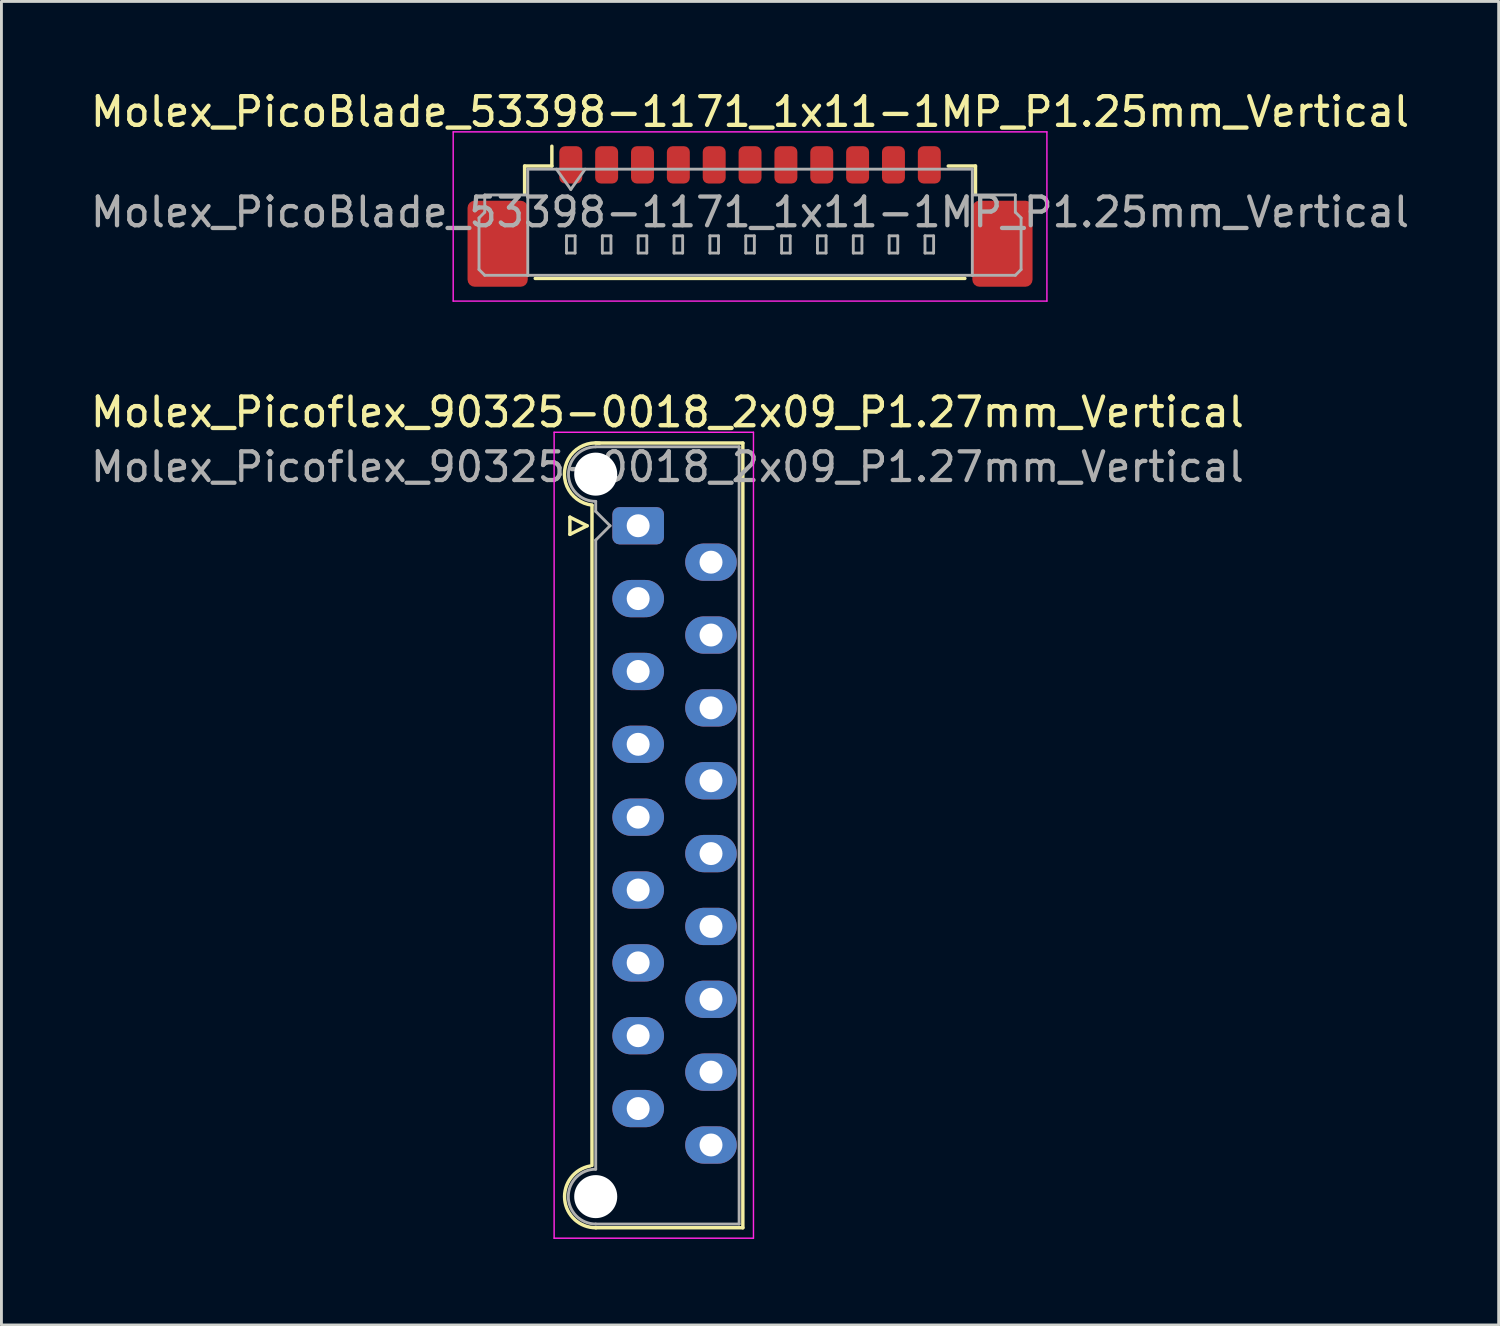
<source format=kicad_pcb>
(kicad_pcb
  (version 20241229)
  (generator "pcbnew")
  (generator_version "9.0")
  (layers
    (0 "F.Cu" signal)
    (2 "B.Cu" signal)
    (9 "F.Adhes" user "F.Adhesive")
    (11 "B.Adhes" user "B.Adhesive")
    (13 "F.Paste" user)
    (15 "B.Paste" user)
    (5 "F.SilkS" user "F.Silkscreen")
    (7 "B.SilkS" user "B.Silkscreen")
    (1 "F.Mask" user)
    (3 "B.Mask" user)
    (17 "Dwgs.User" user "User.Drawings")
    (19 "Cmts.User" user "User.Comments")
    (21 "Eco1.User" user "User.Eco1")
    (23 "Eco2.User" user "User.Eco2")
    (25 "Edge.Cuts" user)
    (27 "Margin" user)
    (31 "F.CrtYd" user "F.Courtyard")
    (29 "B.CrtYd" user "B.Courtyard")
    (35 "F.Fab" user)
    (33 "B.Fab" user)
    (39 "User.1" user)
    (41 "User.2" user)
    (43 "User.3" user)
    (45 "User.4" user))
  (footprint "Molex_PicoBlade_53398-1171_1x11-1MP_P1.25mm_Vertical"
    (layer "F.Cu")
    (at 23.101 3.948)
    (property "Reference" "Molex_PicoBlade_53398-1171_1x11-1MP_P1.25mm_Vertical" (at 0 -3.1 0) (layer "F.SilkS") (effects (font (size 1 1) (thickness 0.15))))
    (attr smd)
    (fp_line (start -7.86 -1.21) (end -6.91 -1.21) (stroke (width 0.12) (type solid)) (layer "F.SilkS"))
    (fp_line (start -7.86 -0.26) (end -7.86 -1.21) (stroke (width 0.12) (type solid)) (layer "F.SilkS"))
    (fp_line (start -7.49 2.71) (end 7.49 2.71) (stroke (width 0.12) (type solid)) (layer "F.SilkS"))
    (fp_line (start -6.91 -1.21) (end -6.91 -1.9) (stroke (width 0.12) (type solid)) (layer "F.SilkS"))
    (fp_line (start 7.86 -1.21) (end 6.91 -1.21) (stroke (width 0.12) (type solid)) (layer "F.SilkS"))
    (fp_line (start 7.86 -0.26) (end 7.86 -1.21) (stroke (width 0.12) (type solid)) (layer "F.SilkS"))
    (fp_line (start -10.35 -2.4) (end -10.35 3.5) (stroke (width 0.05) (type solid)) (layer "F.CrtYd"))
    (fp_line (start -10.35 3.5) (end 10.35 3.5) (stroke (width 0.05) (type solid)) (layer "F.CrtYd"))
    (fp_line (start 10.35 -2.4) (end -10.35 -2.4) (stroke (width 0.05) (type solid)) (layer "F.CrtYd"))
    (fp_line (start 10.35 3.5) (end 10.35 -2.4) (stroke (width 0.05) (type solid)) (layer "F.CrtYd"))
    (fp_line (start -9.45 0.6) (end -9.25 0.4) (stroke (width 0.1) (type solid)) (layer "F.Fab"))
    (fp_line (start -9.45 2.4) (end -9.45 0.6) (stroke (width 0.1) (type solid)) (layer "F.Fab"))
    (fp_line (start -9.25 -0.2) (end -7.75 -0.2) (stroke (width 0.1) (type solid)) (layer "F.Fab"))
    (fp_line (start -9.25 0.4) (end -9.25 -0.2) (stroke (width 0.1) (type solid)) (layer "F.Fab"))
    (fp_line (start -9.25 2.6) (end -9.45 2.4) (stroke (width 0.1) (type solid)) (layer "F.Fab"))
    (fp_line (start -7.75 -1.1) (end -7.75 2.6) (stroke (width 0.1) (type solid)) (layer "F.Fab"))
    (fp_line (start -7.75 -1.1) (end 7.75 -1.1) (stroke (width 0.1) (type solid)) (layer "F.Fab"))
    (fp_line (start -7.75 2.6) (end -9.25 2.6) (stroke (width 0.1) (type solid)) (layer "F.Fab"))
    (fp_line (start -7.75 2.6) (end 7.75 2.6) (stroke (width 0.1) (type solid)) (layer "F.Fab"))
    (fp_line (start -6.75 -1.1) (end -6.25 -0.393) (stroke (width 0.1) (type solid)) (layer "F.Fab"))
    (fp_line (start -6.4 1.225) (end -6.4 1.825) (stroke (width 0.1) (type solid)) (layer "F.Fab"))
    (fp_line (start -6.4 1.825) (end -6.1 1.825) (stroke (width 0.1) (type solid)) (layer "F.Fab"))
    (fp_line (start -6.25 -0.393) (end -5.75 -1.1) (stroke (width 0.1) (type solid)) (layer "F.Fab"))
    (fp_line (start -6.1 1.225) (end -6.4 1.225) (stroke (width 0.1) (type solid)) (layer "F.Fab"))
    (fp_line (start -6.1 1.825) (end -6.1 1.225) (stroke (width 0.1) (type solid)) (layer "F.Fab"))
    (fp_line (start -5.15 1.225) (end -5.15 1.825) (stroke (width 0.1) (type solid)) (layer "F.Fab"))
    (fp_line (start -5.15 1.825) (end -4.85 1.825) (stroke (width 0.1) (type solid)) (layer "F.Fab"))
    (fp_line (start -4.85 1.225) (end -5.15 1.225) (stroke (width 0.1) (type solid)) (layer "F.Fab"))
    (fp_line (start -4.85 1.825) (end -4.85 1.225) (stroke (width 0.1) (type solid)) (layer "F.Fab"))
    (fp_line (start -3.9 1.225) (end -3.9 1.825) (stroke (width 0.1) (type solid)) (layer "F.Fab"))
    (fp_line (start -3.9 1.825) (end -3.6 1.825) (stroke (width 0.1) (type solid)) (layer "F.Fab"))
    (fp_line (start -3.6 1.225) (end -3.9 1.225) (stroke (width 0.1) (type solid)) (layer "F.Fab"))
    (fp_line (start -3.6 1.825) (end -3.6 1.225) (stroke (width 0.1) (type solid)) (layer "F.Fab"))
    (fp_line (start -2.65 1.225) (end -2.65 1.825) (stroke (width 0.1) (type solid)) (layer "F.Fab"))
    (fp_line (start -2.65 1.825) (end -2.35 1.825) (stroke (width 0.1) (type solid)) (layer "F.Fab"))
    (fp_line (start -2.35 1.225) (end -2.65 1.225) (stroke (width 0.1) (type solid)) (layer "F.Fab"))
    (fp_line (start -2.35 1.825) (end -2.35 1.225) (stroke (width 0.1) (type solid)) (layer "F.Fab"))
    (fp_line (start -1.4 1.225) (end -1.4 1.825) (stroke (width 0.1) (type solid)) (layer "F.Fab"))
    (fp_line (start -1.4 1.825) (end -1.1 1.825) (stroke (width 0.1) (type solid)) (layer "F.Fab"))
    (fp_line (start -1.1 1.225) (end -1.4 1.225) (stroke (width 0.1) (type solid)) (layer "F.Fab"))
    (fp_line (start -1.1 1.825) (end -1.1 1.225) (stroke (width 0.1) (type solid)) (layer "F.Fab"))
    (fp_line (start -0.15 1.225) (end -0.15 1.825) (stroke (width 0.1) (type solid)) (layer "F.Fab"))
    (fp_line (start -0.15 1.825) (end 0.15 1.825) (stroke (width 0.1) (type solid)) (layer "F.Fab"))
    (fp_line (start 0.15 1.225) (end -0.15 1.225) (stroke (width 0.1) (type solid)) (layer "F.Fab"))
    (fp_line (start 0.15 1.825) (end 0.15 1.225) (stroke (width 0.1) (type solid)) (layer "F.Fab"))
    (fp_line (start 1.1 1.225) (end 1.1 1.825) (stroke (width 0.1) (type solid)) (layer "F.Fab"))
    (fp_line (start 1.1 1.825) (end 1.4 1.825) (stroke (width 0.1) (type solid)) (layer "F.Fab"))
    (fp_line (start 1.4 1.225) (end 1.1 1.225) (stroke (width 0.1) (type solid)) (layer "F.Fab"))
    (fp_line (start 1.4 1.825) (end 1.4 1.225) (stroke (width 0.1) (type solid)) (layer "F.Fab"))
    (fp_line (start 2.35 1.225) (end 2.35 1.825) (stroke (width 0.1) (type solid)) (layer "F.Fab"))
    (fp_line (start 2.35 1.825) (end 2.65 1.825) (stroke (width 0.1) (type solid)) (layer "F.Fab"))
    (fp_line (start 2.65 1.225) (end 2.35 1.225) (stroke (width 0.1) (type solid)) (layer "F.Fab"))
    (fp_line (start 2.65 1.825) (end 2.65 1.225) (stroke (width 0.1) (type solid)) (layer "F.Fab"))
    (fp_line (start 3.6 1.225) (end 3.6 1.825) (stroke (width 0.1) (type solid)) (layer "F.Fab"))
    (fp_line (start 3.6 1.825) (end 3.9 1.825) (stroke (width 0.1) (type solid)) (layer "F.Fab"))
    (fp_line (start 3.9 1.225) (end 3.6 1.225) (stroke (width 0.1) (type solid)) (layer "F.Fab"))
    (fp_line (start 3.9 1.825) (end 3.9 1.225) (stroke (width 0.1) (type solid)) (layer "F.Fab"))
    (fp_line (start 4.85 1.225) (end 4.85 1.825) (stroke (width 0.1) (type solid)) (layer "F.Fab"))
    (fp_line (start 4.85 1.825) (end 5.15 1.825) (stroke (width 0.1) (type solid)) (layer "F.Fab"))
    (fp_line (start 5.15 1.225) (end 4.85 1.225) (stroke (width 0.1) (type solid)) (layer "F.Fab"))
    (fp_line (start 5.15 1.825) (end 5.15 1.225) (stroke (width 0.1) (type solid)) (layer "F.Fab"))
    (fp_line (start 6.1 1.225) (end 6.1 1.825) (stroke (width 0.1) (type solid)) (layer "F.Fab"))
    (fp_line (start 6.1 1.825) (end 6.4 1.825) (stroke (width 0.1) (type solid)) (layer "F.Fab"))
    (fp_line (start 6.4 1.225) (end 6.1 1.225) (stroke (width 0.1) (type solid)) (layer "F.Fab"))
    (fp_line (start 6.4 1.825) (end 6.4 1.225) (stroke (width 0.1) (type solid)) (layer "F.Fab"))
    (fp_line (start 7.75 -1.1) (end 7.75 2.6) (stroke (width 0.1) (type solid)) (layer "F.Fab"))
    (fp_line (start 7.75 2.6) (end 9.25 2.6) (stroke (width 0.1) (type solid)) (layer "F.Fab"))
    (fp_line (start 9.25 -0.2) (end 7.75 -0.2) (stroke (width 0.1) (type solid)) (layer "F.Fab"))
    (fp_line (start 9.25 0.4) (end 9.25 -0.2) (stroke (width 0.1) (type solid)) (layer "F.Fab"))
    (fp_line (start 9.25 2.6) (end 9.45 2.4) (stroke (width 0.1) (type solid)) (layer "F.Fab"))
    (fp_line (start 9.45 0.6) (end 9.25 0.4) (stroke (width 0.1) (type solid)) (layer "F.Fab"))
    (fp_line (start 9.45 2.4) (end 9.45 0.6) (stroke (width 0.1) (type solid)) (layer "F.Fab"))
    (fp_text user "${REFERENCE}" (at 0 0.4 0) (layer "F.Fab") (effects (font (size 1 1) (thickness 0.15))))
    (pad "1" smd roundrect (at -6.25 -1.25) (size 0.8 1.3) (layers "F.Cu" "F.Mask" "F.Paste") (roundrect_rratio 0.25))
    (pad "2" smd roundrect (at -5 -1.25) (size 0.8 1.3) (layers "F.Cu" "F.Mask" "F.Paste") (roundrect_rratio 0.25))
    (pad "3" smd roundrect (at -3.75 -1.25) (size 0.8 1.3) (layers "F.Cu" "F.Mask" "F.Paste") (roundrect_rratio 0.25))
    (pad "4" smd roundrect (at -2.5 -1.25) (size 0.8 1.3) (layers "F.Cu" "F.Mask" "F.Paste") (roundrect_rratio 0.25))
    (pad "5" smd roundrect (at -1.25 -1.25) (size 0.8 1.3) (layers "F.Cu" "F.Mask" "F.Paste") (roundrect_rratio 0.25))
    (pad "6" smd roundrect (at 0 -1.25) (size 0.8 1.3) (layers "F.Cu" "F.Mask" "F.Paste") (roundrect_rratio 0.25))
    (pad "7" smd roundrect (at 1.25 -1.25) (size 0.8 1.3) (layers "F.Cu" "F.Mask" "F.Paste") (roundrect_rratio 0.25))
    (pad "8" smd roundrect (at 2.5 -1.25) (size 0.8 1.3) (layers "F.Cu" "F.Mask" "F.Paste") (roundrect_rratio 0.25))
    (pad "9" smd roundrect (at 3.75 -1.25) (size 0.8 1.3) (layers "F.Cu" "F.Mask" "F.Paste") (roundrect_rratio 0.25))
    (pad "10" smd roundrect (at 5 -1.25) (size 0.8 1.3) (layers "F.Cu" "F.Mask" "F.Paste") (roundrect_rratio 0.25))
    (pad "11" smd roundrect (at 6.25 -1.25) (size 0.8 1.3) (layers "F.Cu" "F.Mask" "F.Paste") (roundrect_rratio 0.25))
    (pad "MP" smd roundrect (at -8.8 1.5) (size 2.1 3) (layers "F.Cu" "F.Mask" "F.Paste") (roundrect_rratio 0.119))
    (pad "MP" smd roundrect (at 8.8 1.5) (size 2.1 3) (layers "F.Cu" "F.Mask" "F.Paste") (roundrect_rratio 0.119)))
  (footprint "Molex_Picoflex_90325-0018_2x09_P1.27mm_Vertical"
    (layer "F.Cu")
    (at 19.2 15.281)
    (property "Reference" "Molex_Picoflex_90325-0018_2x09_P1.27mm_Vertical" (at 1.02 -3.96 0) (layer "F.SilkS") (effects (font (size 1 1) (thickness 0.15))))
    (attr through_hole)
    (fp_line (start -2.38 -0.3) (end -2.38 0.3) (stroke (width 0.12) (type solid)) (layer "F.SilkS"))
    (fp_line (start -2.38 0.3) (end -1.78 0) (stroke (width 0.12) (type solid)) (layer "F.SilkS"))
    (fp_line (start -1.78 0) (end -2.38 -0.3) (stroke (width 0.12) (type solid)) (layer "F.SilkS"))
    (fp_line (start -1.61 -0.715) (end -1.61 22.305) (stroke (width 0.12) (type solid)) (layer "F.SilkS"))
    (fp_line (start -1.48 -2.885) (end 3.65 -2.885) (stroke (width 0.12) (type solid)) (layer "F.SilkS"))
    (fp_line (start 3.65 -2.885) (end 3.65 24.475) (stroke (width 0.12) (type solid)) (layer "F.SilkS"))
    (fp_line (start 3.65 24.475) (end -1.48 24.475) (stroke (width 0.12) (type solid)) (layer "F.SilkS"))
    (fp_arc (start -1.61 -0.72) (mid -2.56 -1.93) (end -1.35 -2.88) (stroke (width 0.12) (type solid)) (layer "F.SilkS"))
    (fp_arc (start -1.47 24.475) (mid -2.56 23.494526) (end -1.678256 22.32322) (stroke (width 0.12) (type solid)) (layer "F.SilkS"))
    (fp_line (start -2.93 -3.26) (end -2.93 24.84) (stroke (width 0.05) (type solid)) (layer "F.CrtYd"))
    (fp_line (start -2.93 24.84) (end 4.02 24.84) (stroke (width 0.05) (type solid)) (layer "F.CrtYd"))
    (fp_line (start 4.02 -3.26) (end -2.93 -3.26) (stroke (width 0.05) (type solid)) (layer "F.CrtYd"))
    (fp_line (start 4.02 24.84) (end 4.02 -3.26) (stroke (width 0.05) (type solid)) (layer "F.CrtYd"))
    (fp_line (start -1.48 -2.755) (end 3.52 -2.755) (stroke (width 0.1) (type solid)) (layer "F.Fab"))
    (fp_line (start -1.48 -0.845) (end -1.48 -0.5) (stroke (width 0.1) (type solid)) (layer "F.Fab"))
    (fp_line (start -1.48 -0.5) (end -0.98 0) (stroke (width 0.1) (type solid)) (layer "F.Fab"))
    (fp_line (start -1.48 0.5) (end -1.48 22.435) (stroke (width 0.1) (type solid)) (layer "F.Fab"))
    (fp_line (start -0.98 0) (end -1.48 0.5) (stroke (width 0.1) (type solid)) (layer "F.Fab"))
    (fp_line (start 3.52 -2.755) (end 3.52 24.345) (stroke (width 0.1) (type solid)) (layer "F.Fab"))
    (fp_line (start 3.52 24.345) (end -1.48 24.345) (stroke (width 0.1) (type solid)) (layer "F.Fab"))
    (fp_arc (start -1.48 -0.85) (mid -2.43 -1.8) (end -1.48 -2.75) (stroke (width 0.1) (type solid)) (layer "F.Fab"))
    (fp_arc (start -1.48 24.345) (mid -2.435 23.39) (end -1.48 22.435) (stroke (width 0.1) (type solid)) (layer "F.Fab"))
    (fp_text user "${REFERENCE}" (at 1.02 -2.05 0) (layer "F.Fab") (effects (font (size 1 1) (thickness 0.15))))
    (pad "" np_thru_hole circle (at -1.48 -1.8) (size 1.5 1.5) (drill 1.5) (layers "*.Cu" "*.Mask"))
    (pad "" np_thru_hole circle (at -1.48 23.39) (size 1.5 1.5) (drill 1.5) (layers "*.Cu" "*.Mask"))
    (pad "1" thru_hole roundrect (at 0 0) (size 1.8 1.3) (drill 0.8) (layers "*.Cu" "*.Mask") (roundrect_rratio 0.192))
    (pad "2" thru_hole oval (at 2.54 1.27) (size 1.8 1.3) (drill 0.8) (layers "*.Cu" "*.Mask"))
    (pad "3" thru_hole oval (at 0 2.54) (size 1.8 1.3) (drill 0.8) (layers "*.Cu" "*.Mask"))
    (pad "4" thru_hole oval (at 2.54 3.81) (size 1.8 1.3) (drill 0.8) (layers "*.Cu" "*.Mask"))
    (pad "5" thru_hole oval (at 0 5.08) (size 1.8 1.3) (drill 0.8) (layers "*.Cu" "*.Mask"))
    (pad "6" thru_hole oval (at 2.54 6.35) (size 1.8 1.3) (drill 0.8) (layers "*.Cu" "*.Mask"))
    (pad "7" thru_hole oval (at 0 7.62) (size 1.8 1.3) (drill 0.8) (layers "*.Cu" "*.Mask"))
    (pad "8" thru_hole oval (at 2.54 8.89) (size 1.8 1.3) (drill 0.8) (layers "*.Cu" "*.Mask"))
    (pad "9" thru_hole oval (at 0 10.16) (size 1.8 1.3) (drill 0.8) (layers "*.Cu" "*.Mask"))
    (pad "10" thru_hole oval (at 2.54 11.43) (size 1.8 1.3) (drill 0.8) (layers "*.Cu" "*.Mask"))
    (pad "11" thru_hole oval (at 0 12.7) (size 1.8 1.3) (drill 0.8) (layers "*.Cu" "*.Mask"))
    (pad "12" thru_hole oval (at 2.54 13.97) (size 1.8 1.3) (drill 0.8) (layers "*.Cu" "*.Mask"))
    (pad "13" thru_hole oval (at 0 15.24) (size 1.8 1.3) (drill 0.8) (layers "*.Cu" "*.Mask"))
    (pad "14" thru_hole oval (at 2.54 16.51) (size 1.8 1.3) (drill 0.8) (layers "*.Cu" "*.Mask"))
    (pad "15" thru_hole oval (at 0 17.78) (size 1.8 1.3) (drill 0.8) (layers "*.Cu" "*.Mask"))
    (pad "16" thru_hole oval (at 2.54 19.05) (size 1.8 1.3) (drill 0.8) (layers "*.Cu" "*.Mask"))
    (pad "17" thru_hole oval (at 0 20.32) (size 1.8 1.3) (drill 0.8) (layers "*.Cu" "*.Mask"))
    (pad "18" thru_hole oval (at 2.54 21.59) (size 1.8 1.3) (drill 0.8) (layers "*.Cu" "*.Mask")))
  (gr_rect
    (start -3 -3)
    (end 49.202 43.147)
    (stroke (width 0.1) (type default))
    (fill no)
    (layer "Edge.Cuts")))
</source>
